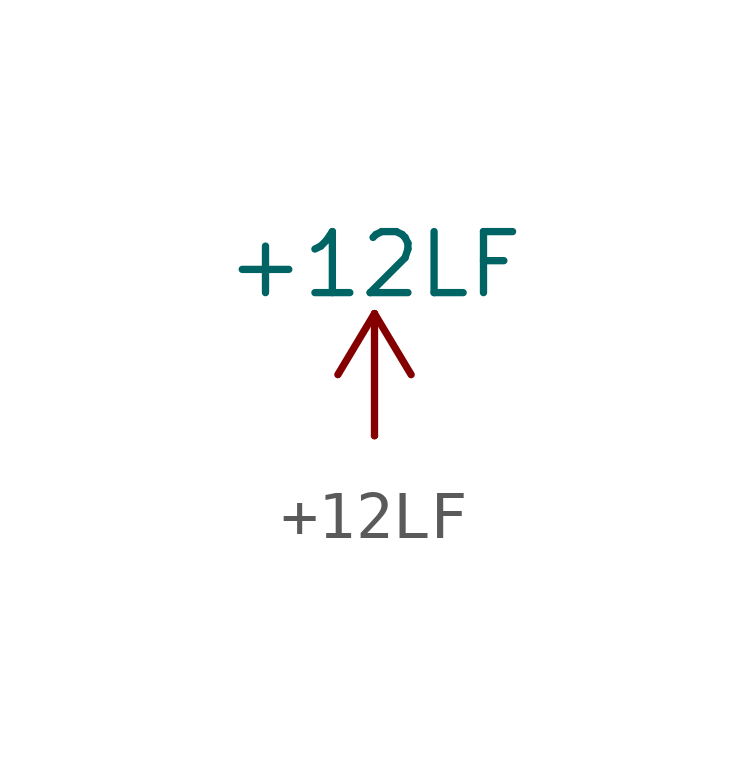
<source format=kicad_sym>
(kicad_symbol_lib
  (version 20241209)
  (generator "kicad_symbol_editor")
  (generator_version "9.0")
  (symbol "+12LF"
    (power)
    (pin_numbers
      (hide yes))
    (pin_names
      (offset 0)
      (hide yes))
    (property "Reference" "#PWR"
      (at 0 -3.81 0)
      (effects (font (size 1.27 1.27)) (hide yes)))
    (property "Value" "+12LF"
      (at 0 3.556 0)
      (effects (font (size 1.27 1.27))))
    (symbol "+12LF_0_1"
      (polyline (pts (xy -0.762 1.27) (xy 0 2.54)) (stroke (width 0) (type default)) (fill (type none)))
      (polyline (pts (xy 0 2.54) (xy 0.762 1.27)) (stroke (width 0) (type default)) (fill (type none)))
      (polyline (pts (xy 0 0) (xy 0 2.54)) (stroke (width 0) (type default)) (fill (type none))))
    (symbol "+12LF_1_1"
      (pin power_in line (at 0 0 90) (length 0) (name "~" (effects (font (size 1.27 1.27)))) (number "1" (effects (font (size 1.27 1.27))))))))
</source>
